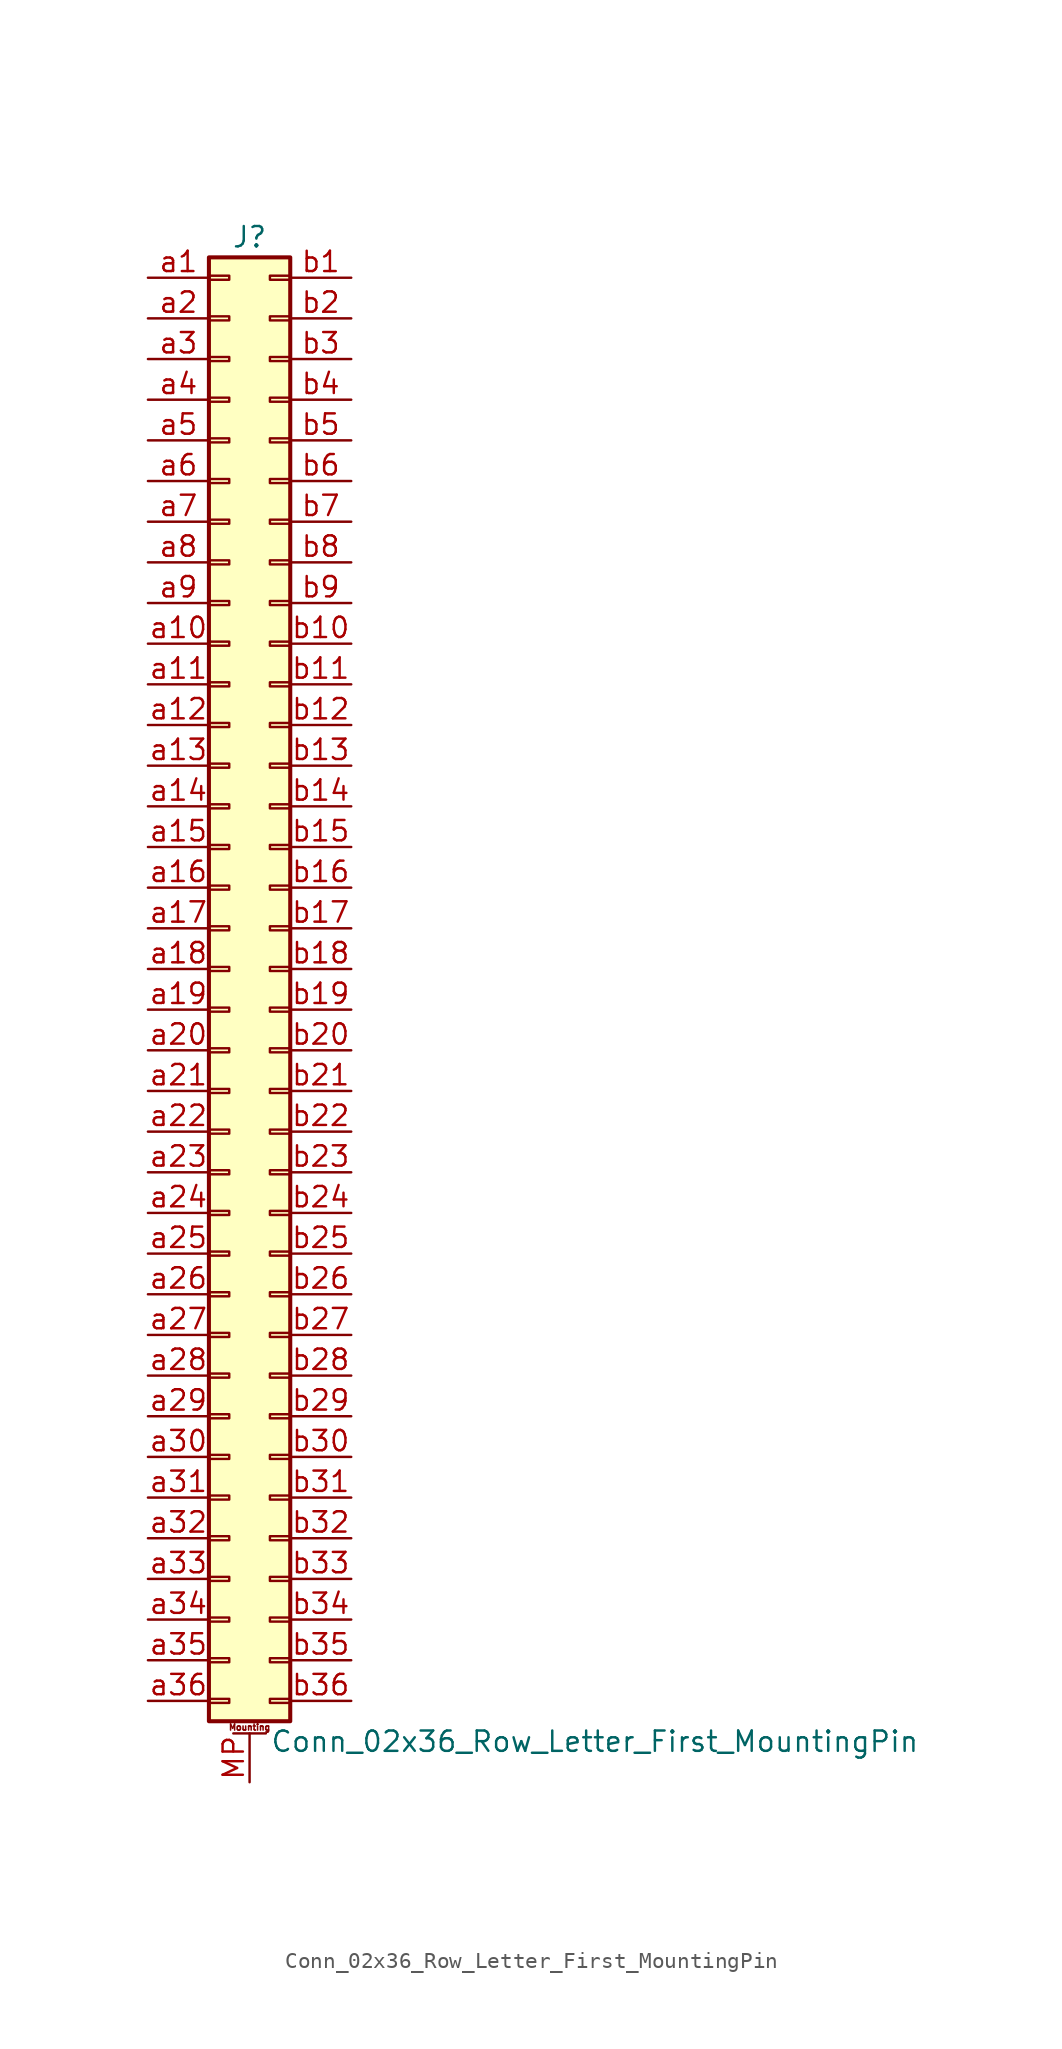
<source format=kicad_sym>
(kicad_symbol_lib
  (version 20220914)
  (generator kicad_symbol_editor)
  (symbol "Conn_02x36_Row_Letter_First_MountingPin"
    (pin_names
      (offset 1.016) hide)
    (property "Reference" "J"
      (at 1.27 45.72 0)
      (effects (font (size 1.27 1.27))))
    (property "Value" "Conn_02x36_Row_Letter_First_MountingPin"
      (at 2.54 -48.26 0)
      (effects (font (size 1.27 1.27)) (justify left)))
    (symbol "Conn_02x36_Row_Letter_First_MountingPin_1_1"
      (rectangle (start -1.27 -45.593) (end 0 -45.847) (stroke (width 0.152) (type default)) (fill (type none)))
      (rectangle (start -1.27 -43.053) (end 0 -43.307) (stroke (width 0.152) (type default)) (fill (type none)))
      (rectangle (start -1.27 -40.513) (end 0 -40.767) (stroke (width 0.152) (type default)) (fill (type none)))
      (rectangle (start -1.27 -37.973) (end 0 -38.227) (stroke (width 0.152) (type default)) (fill (type none)))
      (rectangle (start -1.27 -35.433) (end 0 -35.687) (stroke (width 0.152) (type default)) (fill (type none)))
      (rectangle (start -1.27 -32.893) (end 0 -33.147) (stroke (width 0.152) (type default)) (fill (type none)))
      (rectangle (start -1.27 -30.353) (end 0 -30.607) (stroke (width 0.152) (type default)) (fill (type none)))
      (rectangle (start -1.27 -27.813) (end 0 -28.067) (stroke (width 0.152) (type default)) (fill (type none)))
      (rectangle (start -1.27 -25.273) (end 0 -25.527) (stroke (width 0.152) (type default)) (fill (type none)))
      (rectangle (start -1.27 -22.733) (end 0 -22.987) (stroke (width 0.152) (type default)) (fill (type none)))
      (rectangle (start -1.27 -20.193) (end 0 -20.447) (stroke (width 0.152) (type default)) (fill (type none)))
      (rectangle (start -1.27 -17.653) (end 0 -17.907) (stroke (width 0.152) (type default)) (fill (type none)))
      (rectangle (start -1.27 -15.113) (end 0 -15.367) (stroke (width 0.152) (type default)) (fill (type none)))
      (rectangle (start -1.27 -12.573) (end 0 -12.827) (stroke (width 0.152) (type default)) (fill (type none)))
      (rectangle (start -1.27 -10.033) (end 0 -10.287) (stroke (width 0.152) (type default)) (fill (type none)))
      (rectangle (start -1.27 -7.493) (end 0 -7.747) (stroke (width 0.152) (type default)) (fill (type none)))
      (rectangle (start -1.27 -4.953) (end 0 -5.207) (stroke (width 0.152) (type default)) (fill (type none)))
      (rectangle (start -1.27 -2.413) (end 0 -2.667) (stroke (width 0.152) (type default)) (fill (type none)))
      (rectangle (start -1.27 0.127) (end 0 -0.127) (stroke (width 0.152) (type default)) (fill (type none)))
      (rectangle (start -1.27 2.667) (end 0 2.413) (stroke (width 0.152) (type default)) (fill (type none)))
      (rectangle (start -1.27 5.207) (end 0 4.953) (stroke (width 0.152) (type default)) (fill (type none)))
      (rectangle (start -1.27 7.747) (end 0 7.493) (stroke (width 0.152) (type default)) (fill (type none)))
      (rectangle (start -1.27 10.287) (end 0 10.033) (stroke (width 0.152) (type default)) (fill (type none)))
      (rectangle (start -1.27 12.827) (end 0 12.573) (stroke (width 0.152) (type default)) (fill (type none)))
      (rectangle (start -1.27 15.367) (end 0 15.113) (stroke (width 0.152) (type default)) (fill (type none)))
      (rectangle (start -1.27 17.907) (end 0 17.653) (stroke (width 0.152) (type default)) (fill (type none)))
      (rectangle (start -1.27 20.447) (end 0 20.193) (stroke (width 0.152) (type default)) (fill (type none)))
      (rectangle (start -1.27 22.987) (end 0 22.733) (stroke (width 0.152) (type default)) (fill (type none)))
      (rectangle (start -1.27 25.527) (end 0 25.273) (stroke (width 0.152) (type default)) (fill (type none)))
      (rectangle (start -1.27 28.067) (end 0 27.813) (stroke (width 0.152) (type default)) (fill (type none)))
      (rectangle (start -1.27 30.607) (end 0 30.353) (stroke (width 0.152) (type default)) (fill (type none)))
      (rectangle (start -1.27 33.147) (end 0 32.893) (stroke (width 0.152) (type default)) (fill (type none)))
      (rectangle (start -1.27 35.687) (end 0 35.433) (stroke (width 0.152) (type default)) (fill (type none)))
      (rectangle (start -1.27 38.227) (end 0 37.973) (stroke (width 0.152) (type default)) (fill (type none)))
      (rectangle (start -1.27 40.767) (end 0 40.513) (stroke (width 0.152) (type default)) (fill (type none)))
      (rectangle (start -1.27 43.307) (end 0 43.053) (stroke (width 0.152) (type default)) (fill (type none)))
      (rectangle (start -1.27 44.45) (end 3.81 -46.99) (stroke (width 0.254) (type default)) (fill (type background)))
      (polyline (pts (xy 0.254 -47.752) (xy 2.286 -47.752)) (stroke (width 0.152) (type default)) (fill (type none)))
      (rectangle (start 3.81 -45.593) (end 2.54 -45.847) (stroke (width 0.152) (type default)) (fill (type none)))
      (rectangle (start 3.81 -43.053) (end 2.54 -43.307) (stroke (width 0.152) (type default)) (fill (type none)))
      (rectangle (start 3.81 -40.513) (end 2.54 -40.767) (stroke (width 0.152) (type default)) (fill (type none)))
      (rectangle (start 3.81 -37.973) (end 2.54 -38.227) (stroke (width 0.152) (type default)) (fill (type none)))
      (rectangle (start 3.81 -35.433) (end 2.54 -35.687) (stroke (width 0.152) (type default)) (fill (type none)))
      (rectangle (start 3.81 -32.893) (end 2.54 -33.147) (stroke (width 0.152) (type default)) (fill (type none)))
      (rectangle (start 3.81 -30.353) (end 2.54 -30.607) (stroke (width 0.152) (type default)) (fill (type none)))
      (rectangle (start 3.81 -27.813) (end 2.54 -28.067) (stroke (width 0.152) (type default)) (fill (type none)))
      (rectangle (start 3.81 -25.273) (end 2.54 -25.527) (stroke (width 0.152) (type default)) (fill (type none)))
      (rectangle (start 3.81 -22.733) (end 2.54 -22.987) (stroke (width 0.152) (type default)) (fill (type none)))
      (rectangle (start 3.81 -20.193) (end 2.54 -20.447) (stroke (width 0.152) (type default)) (fill (type none)))
      (rectangle (start 3.81 -17.653) (end 2.54 -17.907) (stroke (width 0.152) (type default)) (fill (type none)))
      (rectangle (start 3.81 -15.113) (end 2.54 -15.367) (stroke (width 0.152) (type default)) (fill (type none)))
      (rectangle (start 3.81 -12.573) (end 2.54 -12.827) (stroke (width 0.152) (type default)) (fill (type none)))
      (rectangle (start 3.81 -10.033) (end 2.54 -10.287) (stroke (width 0.152) (type default)) (fill (type none)))
      (rectangle (start 3.81 -7.493) (end 2.54 -7.747) (stroke (width 0.152) (type default)) (fill (type none)))
      (rectangle (start 3.81 -4.953) (end 2.54 -5.207) (stroke (width 0.152) (type default)) (fill (type none)))
      (rectangle (start 3.81 -2.413) (end 2.54 -2.667) (stroke (width 0.152) (type default)) (fill (type none)))
      (rectangle (start 3.81 0.127) (end 2.54 -0.127) (stroke (width 0.152) (type default)) (fill (type none)))
      (rectangle (start 3.81 2.667) (end 2.54 2.413) (stroke (width 0.152) (type default)) (fill (type none)))
      (rectangle (start 3.81 5.207) (end 2.54 4.953) (stroke (width 0.152) (type default)) (fill (type none)))
      (rectangle (start 3.81 7.747) (end 2.54 7.493) (stroke (width 0.152) (type default)) (fill (type none)))
      (rectangle (start 3.81 10.287) (end 2.54 10.033) (stroke (width 0.152) (type default)) (fill (type none)))
      (rectangle (start 3.81 12.827) (end 2.54 12.573) (stroke (width 0.152) (type default)) (fill (type none)))
      (rectangle (start 3.81 15.367) (end 2.54 15.113) (stroke (width 0.152) (type default)) (fill (type none)))
      (rectangle (start 3.81 17.907) (end 2.54 17.653) (stroke (width 0.152) (type default)) (fill (type none)))
      (rectangle (start 3.81 20.447) (end 2.54 20.193) (stroke (width 0.152) (type default)) (fill (type none)))
      (rectangle (start 3.81 22.987) (end 2.54 22.733) (stroke (width 0.152) (type default)) (fill (type none)))
      (rectangle (start 3.81 25.527) (end 2.54 25.273) (stroke (width 0.152) (type default)) (fill (type none)))
      (rectangle (start 3.81 28.067) (end 2.54 27.813) (stroke (width 0.152) (type default)) (fill (type none)))
      (rectangle (start 3.81 30.607) (end 2.54 30.353) (stroke (width 0.152) (type default)) (fill (type none)))
      (rectangle (start 3.81 33.147) (end 2.54 32.893) (stroke (width 0.152) (type default)) (fill (type none)))
      (rectangle (start 3.81 35.687) (end 2.54 35.433) (stroke (width 0.152) (type default)) (fill (type none)))
      (rectangle (start 3.81 38.227) (end 2.54 37.973) (stroke (width 0.152) (type default)) (fill (type none)))
      (rectangle (start 3.81 40.767) (end 2.54 40.513) (stroke (width 0.152) (type default)) (fill (type none)))
      (rectangle (start 3.81 43.307) (end 2.54 43.053) (stroke (width 0.152) (type default)) (fill (type none)))
      (text "Mounting" (at 1.27 -47.371 0) (effects (font (size 0.381 0.381))))
      (pin passive line (at 1.27 -50.8 90) (length 3.048) (name "MountPin" (effects (font (size 1.27 1.27)))) (number "MP" (effects (font (size 1.27 1.27)))))
      (pin passive line (at -5.08 43.18 0) (length 3.81) (name "Pin_a1" (effects (font (size 1.27 1.27)))) (number "a1" (effects (font (size 1.27 1.27)))))
      (pin passive line (at -5.08 20.32 0) (length 3.81) (name "Pin_a10" (effects (font (size 1.27 1.27)))) (number "a10" (effects (font (size 1.27 1.27)))))
      (pin passive line (at -5.08 17.78 0) (length 3.81) (name "Pin_a11" (effects (font (size 1.27 1.27)))) (number "a11" (effects (font (size 1.27 1.27)))))
      (pin passive line (at -5.08 15.24 0) (length 3.81) (name "Pin_a12" (effects (font (size 1.27 1.27)))) (number "a12" (effects (font (size 1.27 1.27)))))
      (pin passive line (at -5.08 12.7 0) (length 3.81) (name "Pin_a13" (effects (font (size 1.27 1.27)))) (number "a13" (effects (font (size 1.27 1.27)))))
      (pin passive line (at -5.08 10.16 0) (length 3.81) (name "Pin_a14" (effects (font (size 1.27 1.27)))) (number "a14" (effects (font (size 1.27 1.27)))))
      (pin passive line (at -5.08 7.62 0) (length 3.81) (name "Pin_a15" (effects (font (size 1.27 1.27)))) (number "a15" (effects (font (size 1.27 1.27)))))
      (pin passive line (at -5.08 5.08 0) (length 3.81) (name "Pin_a16" (effects (font (size 1.27 1.27)))) (number "a16" (effects (font (size 1.27 1.27)))))
      (pin passive line (at -5.08 2.54 0) (length 3.81) (name "Pin_a17" (effects (font (size 1.27 1.27)))) (number "a17" (effects (font (size 1.27 1.27)))))
      (pin passive line (at -5.08 0 0) (length 3.81) (name "Pin_a18" (effects (font (size 1.27 1.27)))) (number "a18" (effects (font (size 1.27 1.27)))))
      (pin passive line (at -5.08 -2.54 0) (length 3.81) (name "Pin_a19" (effects (font (size 1.27 1.27)))) (number "a19" (effects (font (size 1.27 1.27)))))
      (pin passive line (at -5.08 40.64 0) (length 3.81) (name "Pin_a2" (effects (font (size 1.27 1.27)))) (number "a2" (effects (font (size 1.27 1.27)))))
      (pin passive line (at -5.08 -5.08 0) (length 3.81) (name "Pin_a20" (effects (font (size 1.27 1.27)))) (number "a20" (effects (font (size 1.27 1.27)))))
      (pin passive line (at -5.08 -7.62 0) (length 3.81) (name "Pin_a21" (effects (font (size 1.27 1.27)))) (number "a21" (effects (font (size 1.27 1.27)))))
      (pin passive line (at -5.08 -10.16 0) (length 3.81) (name "Pin_a22" (effects (font (size 1.27 1.27)))) (number "a22" (effects (font (size 1.27 1.27)))))
      (pin passive line (at -5.08 -12.7 0) (length 3.81) (name "Pin_a23" (effects (font (size 1.27 1.27)))) (number "a23" (effects (font (size 1.27 1.27)))))
      (pin passive line (at -5.08 -15.24 0) (length 3.81) (name "Pin_a24" (effects (font (size 1.27 1.27)))) (number "a24" (effects (font (size 1.27 1.27)))))
      (pin passive line (at -5.08 -17.78 0) (length 3.81) (name "Pin_a25" (effects (font (size 1.27 1.27)))) (number "a25" (effects (font (size 1.27 1.27)))))
      (pin passive line (at -5.08 -20.32 0) (length 3.81) (name "Pin_a26" (effects (font (size 1.27 1.27)))) (number "a26" (effects (font (size 1.27 1.27)))))
      (pin passive line (at -5.08 -22.86 0) (length 3.81) (name "Pin_a27" (effects (font (size 1.27 1.27)))) (number "a27" (effects (font (size 1.27 1.27)))))
      (pin passive line (at -5.08 -25.4 0) (length 3.81) (name "Pin_a28" (effects (font (size 1.27 1.27)))) (number "a28" (effects (font (size 1.27 1.27)))))
      (pin passive line (at -5.08 -27.94 0) (length 3.81) (name "Pin_a29" (effects (font (size 1.27 1.27)))) (number "a29" (effects (font (size 1.27 1.27)))))
      (pin passive line (at -5.08 38.1 0) (length 3.81) (name "Pin_a3" (effects (font (size 1.27 1.27)))) (number "a3" (effects (font (size 1.27 1.27)))))
      (pin passive line (at -5.08 -30.48 0) (length 3.81) (name "Pin_a30" (effects (font (size 1.27 1.27)))) (number "a30" (effects (font (size 1.27 1.27)))))
      (pin passive line (at -5.08 -33.02 0) (length 3.81) (name "Pin_a31" (effects (font (size 1.27 1.27)))) (number "a31" (effects (font (size 1.27 1.27)))))
      (pin passive line (at -5.08 -35.56 0) (length 3.81) (name "Pin_a32" (effects (font (size 1.27 1.27)))) (number "a32" (effects (font (size 1.27 1.27)))))
      (pin passive line (at -5.08 -38.1 0) (length 3.81) (name "Pin_a33" (effects (font (size 1.27 1.27)))) (number "a33" (effects (font (size 1.27 1.27)))))
      (pin passive line (at -5.08 -40.64 0) (length 3.81) (name "Pin_a34" (effects (font (size 1.27 1.27)))) (number "a34" (effects (font (size 1.27 1.27)))))
      (pin passive line (at -5.08 -43.18 0) (length 3.81) (name "Pin_a35" (effects (font (size 1.27 1.27)))) (number "a35" (effects (font (size 1.27 1.27)))))
      (pin passive line (at -5.08 -45.72 0) (length 3.81) (name "Pin_a36" (effects (font (size 1.27 1.27)))) (number "a36" (effects (font (size 1.27 1.27)))))
      (pin passive line (at -5.08 35.56 0) (length 3.81) (name "Pin_a4" (effects (font (size 1.27 1.27)))) (number "a4" (effects (font (size 1.27 1.27)))))
      (pin passive line (at -5.08 33.02 0) (length 3.81) (name "Pin_a5" (effects (font (size 1.27 1.27)))) (number "a5" (effects (font (size 1.27 1.27)))))
      (pin passive line (at -5.08 30.48 0) (length 3.81) (name "Pin_a6" (effects (font (size 1.27 1.27)))) (number "a6" (effects (font (size 1.27 1.27)))))
      (pin passive line (at -5.08 27.94 0) (length 3.81) (name "Pin_a7" (effects (font (size 1.27 1.27)))) (number "a7" (effects (font (size 1.27 1.27)))))
      (pin passive line (at -5.08 25.4 0) (length 3.81) (name "Pin_a8" (effects (font (size 1.27 1.27)))) (number "a8" (effects (font (size 1.27 1.27)))))
      (pin passive line (at -5.08 22.86 0) (length 3.81) (name "Pin_a9" (effects (font (size 1.27 1.27)))) (number "a9" (effects (font (size 1.27 1.27)))))
      (pin passive line (at 7.62 43.18 180) (length 3.81) (name "Pin_b1" (effects (font (size 1.27 1.27)))) (number "b1" (effects (font (size 1.27 1.27)))))
      (pin passive line (at 7.62 20.32 180) (length 3.81) (name "Pin_b10" (effects (font (size 1.27 1.27)))) (number "b10" (effects (font (size 1.27 1.27)))))
      (pin passive line (at 7.62 17.78 180) (length 3.81) (name "Pin_b11" (effects (font (size 1.27 1.27)))) (number "b11" (effects (font (size 1.27 1.27)))))
      (pin passive line (at 7.62 15.24 180) (length 3.81) (name "Pin_b12" (effects (font (size 1.27 1.27)))) (number "b12" (effects (font (size 1.27 1.27)))))
      (pin passive line (at 7.62 12.7 180) (length 3.81) (name "Pin_b13" (effects (font (size 1.27 1.27)))) (number "b13" (effects (font (size 1.27 1.27)))))
      (pin passive line (at 7.62 10.16 180) (length 3.81) (name "Pin_b14" (effects (font (size 1.27 1.27)))) (number "b14" (effects (font (size 1.27 1.27)))))
      (pin passive line (at 7.62 7.62 180) (length 3.81) (name "Pin_b15" (effects (font (size 1.27 1.27)))) (number "b15" (effects (font (size 1.27 1.27)))))
      (pin passive line (at 7.62 5.08 180) (length 3.81) (name "Pin_b16" (effects (font (size 1.27 1.27)))) (number "b16" (effects (font (size 1.27 1.27)))))
      (pin passive line (at 7.62 2.54 180) (length 3.81) (name "Pin_b17" (effects (font (size 1.27 1.27)))) (number "b17" (effects (font (size 1.27 1.27)))))
      (pin passive line (at 7.62 0 180) (length 3.81) (name "Pin_b18" (effects (font (size 1.27 1.27)))) (number "b18" (effects (font (size 1.27 1.27)))))
      (pin passive line (at 7.62 -2.54 180) (length 3.81) (name "Pin_b19" (effects (font (size 1.27 1.27)))) (number "b19" (effects (font (size 1.27 1.27)))))
      (pin passive line (at 7.62 40.64 180) (length 3.81) (name "Pin_b2" (effects (font (size 1.27 1.27)))) (number "b2" (effects (font (size 1.27 1.27)))))
      (pin passive line (at 7.62 -5.08 180) (length 3.81) (name "Pin_b20" (effects (font (size 1.27 1.27)))) (number "b20" (effects (font (size 1.27 1.27)))))
      (pin passive line (at 7.62 -7.62 180) (length 3.81) (name "Pin_b21" (effects (font (size 1.27 1.27)))) (number "b21" (effects (font (size 1.27 1.27)))))
      (pin passive line (at 7.62 -10.16 180) (length 3.81) (name "Pin_b22" (effects (font (size 1.27 1.27)))) (number "b22" (effects (font (size 1.27 1.27)))))
      (pin passive line (at 7.62 -12.7 180) (length 3.81) (name "Pin_b23" (effects (font (size 1.27 1.27)))) (number "b23" (effects (font (size 1.27 1.27)))))
      (pin passive line (at 7.62 -15.24 180) (length 3.81) (name "Pin_b24" (effects (font (size 1.27 1.27)))) (number "b24" (effects (font (size 1.27 1.27)))))
      (pin passive line (at 7.62 -17.78 180) (length 3.81) (name "Pin_b25" (effects (font (size 1.27 1.27)))) (number "b25" (effects (font (size 1.27 1.27)))))
      (pin passive line (at 7.62 -20.32 180) (length 3.81) (name "Pin_b26" (effects (font (size 1.27 1.27)))) (number "b26" (effects (font (size 1.27 1.27)))))
      (pin passive line (at 7.62 -22.86 180) (length 3.81) (name "Pin_b27" (effects (font (size 1.27 1.27)))) (number "b27" (effects (font (size 1.27 1.27)))))
      (pin passive line (at 7.62 -25.4 180) (length 3.81) (name "Pin_b28" (effects (font (size 1.27 1.27)))) (number "b28" (effects (font (size 1.27 1.27)))))
      (pin passive line (at 7.62 -27.94 180) (length 3.81) (name "Pin_b29" (effects (font (size 1.27 1.27)))) (number "b29" (effects (font (size 1.27 1.27)))))
      (pin passive line (at 7.62 38.1 180) (length 3.81) (name "Pin_b3" (effects (font (size 1.27 1.27)))) (number "b3" (effects (font (size 1.27 1.27)))))
      (pin passive line (at 7.62 -30.48 180) (length 3.81) (name "Pin_b30" (effects (font (size 1.27 1.27)))) (number "b30" (effects (font (size 1.27 1.27)))))
      (pin passive line (at 7.62 -33.02 180) (length 3.81) (name "Pin_b31" (effects (font (size 1.27 1.27)))) (number "b31" (effects (font (size 1.27 1.27)))))
      (pin passive line (at 7.62 -35.56 180) (length 3.81) (name "Pin_b32" (effects (font (size 1.27 1.27)))) (number "b32" (effects (font (size 1.27 1.27)))))
      (pin passive line (at 7.62 -38.1 180) (length 3.81) (name "Pin_b33" (effects (font (size 1.27 1.27)))) (number "b33" (effects (font (size 1.27 1.27)))))
      (pin passive line (at 7.62 -40.64 180) (length 3.81) (name "Pin_b34" (effects (font (size 1.27 1.27)))) (number "b34" (effects (font (size 1.27 1.27)))))
      (pin passive line (at 7.62 -43.18 180) (length 3.81) (name "Pin_b35" (effects (font (size 1.27 1.27)))) (number "b35" (effects (font (size 1.27 1.27)))))
      (pin passive line (at 7.62 -45.72 180) (length 3.81) (name "Pin_b36" (effects (font (size 1.27 1.27)))) (number "b36" (effects (font (size 1.27 1.27)))))
      (pin passive line (at 7.62 35.56 180) (length 3.81) (name "Pin_b4" (effects (font (size 1.27 1.27)))) (number "b4" (effects (font (size 1.27 1.27)))))
      (pin passive line (at 7.62 33.02 180) (length 3.81) (name "Pin_b5" (effects (font (size 1.27 1.27)))) (number "b5" (effects (font (size 1.27 1.27)))))
      (pin passive line (at 7.62 30.48 180) (length 3.81) (name "Pin_b6" (effects (font (size 1.27 1.27)))) (number "b6" (effects (font (size 1.27 1.27)))))
      (pin passive line (at 7.62 27.94 180) (length 3.81) (name "Pin_b7" (effects (font (size 1.27 1.27)))) (number "b7" (effects (font (size 1.27 1.27)))))
      (pin passive line (at 7.62 25.4 180) (length 3.81) (name "Pin_b8" (effects (font (size 1.27 1.27)))) (number "b8" (effects (font (size 1.27 1.27)))))
      (pin passive line (at 7.62 22.86 180) (length 3.81) (name "Pin_b9" (effects (font (size 1.27 1.27)))) (number "b9" (effects (font (size 1.27 1.27))))))))
</source>
